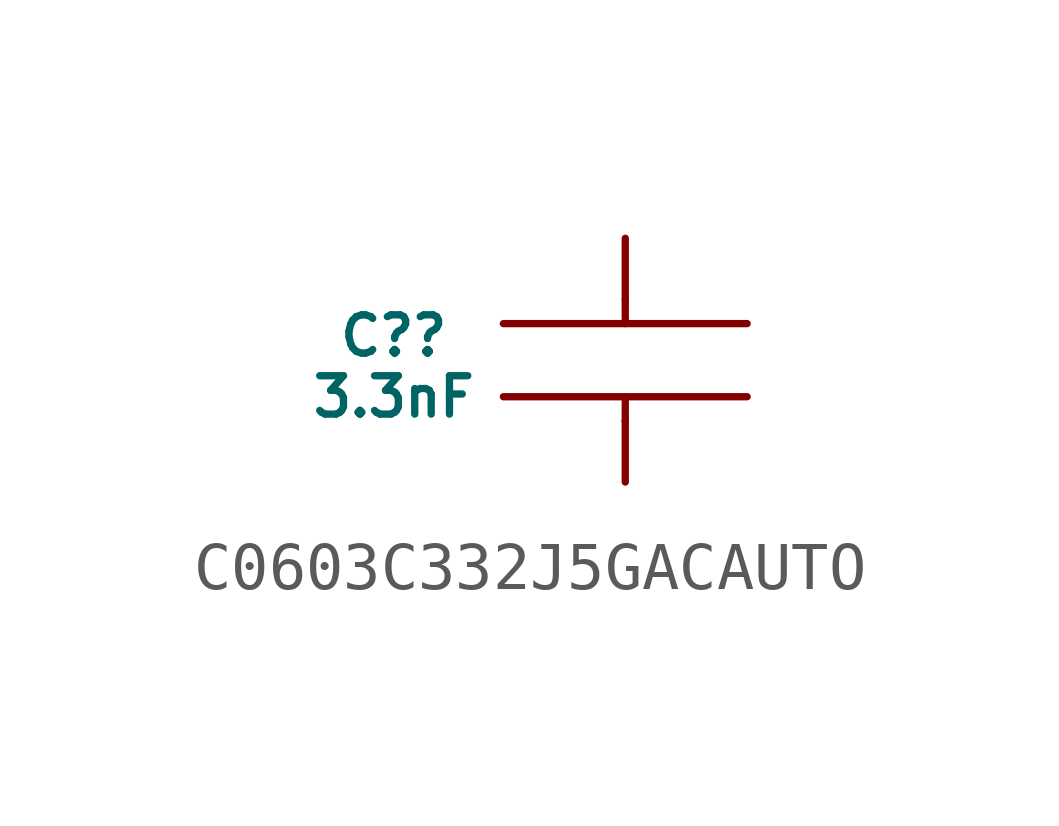
<source format=kicad_sym>
(kicad_symbol_lib
  (version 20231120)
  (generator "kicad_symbol_editor")
  (generator_version "8.0")
  (symbol "C0603C332J5GACAUTO"
    (pin_numbers hide)
    (pin_names hide)
    (property "Reference" "C?"
      (at -4.826 0.508 0)
      (do_not_autoplace)
      (effects (font (size 0.8 0.8))))
    (property "Value" "3.3nF"
      (at -4.826 -0.762 0)
      (do_not_autoplace)
      (effects (font (size 0.8 0.8))))
    (symbol "C0603C332J5GACAUTO_0_1"
      (polyline (pts (xy 0 -1.27) (xy 0 -1.27)) (stroke (width 0) (type default)) (fill (type none)))
      (polyline (pts (xy 0 -1.27) (xy 0 -0.762)) (stroke (width 0) (type default)) (fill (type none)))
      (polyline (pts (xy 0 0.762) (xy 0 1.27)) (stroke (width 0) (type default)) (fill (type none))))
    (symbol "C0603C332J5GACAUTO_1_0"
      (pin passive line (at 0 -2.54 90) (length 1.27) (name "" (effects (font (size 0.8 0.8)))) (number "1" (effects (font (size 0.8 0.8)))))
      (pin passive line (at 0 2.54 270) (length 1.27) (name "" (effects (font (size 0.8 0.8)))) (number "2" (effects (font (size 0.8 0.8))))))
    (symbol "C0603C332J5GACAUTO_1_1"
      (polyline (pts (xy -2.54 -0.762) (xy 2.54 -0.762)) (stroke (width 0) (type solid)) (fill (type none)))
      (polyline (pts (xy -2.54 0.762) (xy 2.54 0.762)) (stroke (width 0) (type solid)) (fill (type none))))))
</source>
